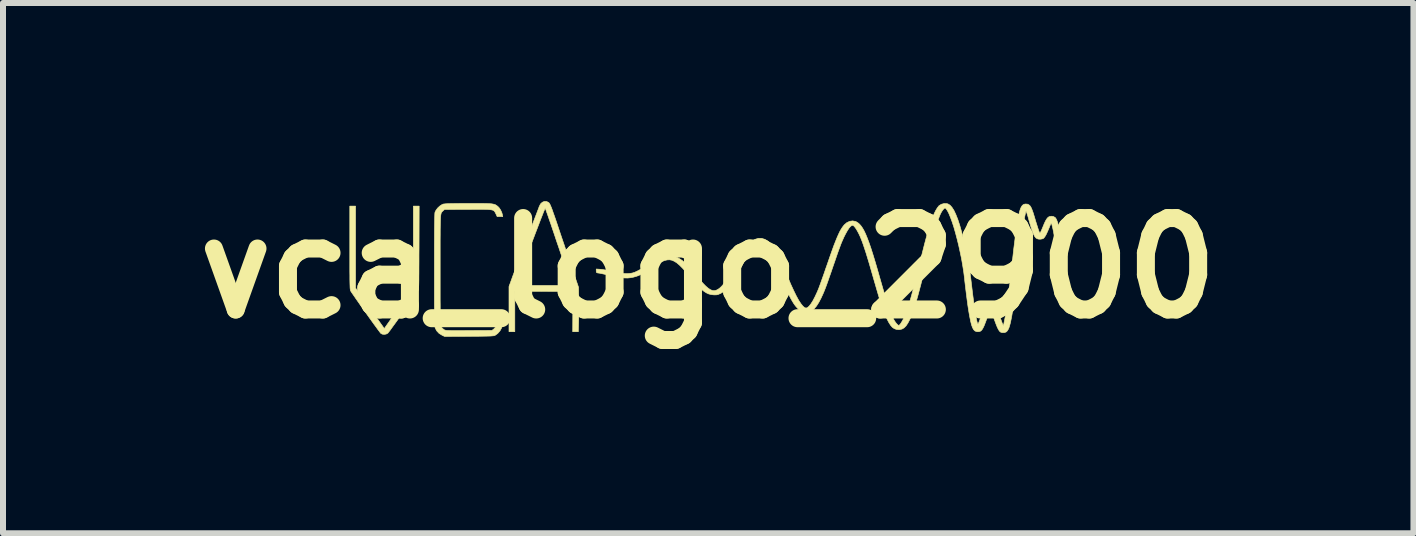
<source format=kicad_pcb>
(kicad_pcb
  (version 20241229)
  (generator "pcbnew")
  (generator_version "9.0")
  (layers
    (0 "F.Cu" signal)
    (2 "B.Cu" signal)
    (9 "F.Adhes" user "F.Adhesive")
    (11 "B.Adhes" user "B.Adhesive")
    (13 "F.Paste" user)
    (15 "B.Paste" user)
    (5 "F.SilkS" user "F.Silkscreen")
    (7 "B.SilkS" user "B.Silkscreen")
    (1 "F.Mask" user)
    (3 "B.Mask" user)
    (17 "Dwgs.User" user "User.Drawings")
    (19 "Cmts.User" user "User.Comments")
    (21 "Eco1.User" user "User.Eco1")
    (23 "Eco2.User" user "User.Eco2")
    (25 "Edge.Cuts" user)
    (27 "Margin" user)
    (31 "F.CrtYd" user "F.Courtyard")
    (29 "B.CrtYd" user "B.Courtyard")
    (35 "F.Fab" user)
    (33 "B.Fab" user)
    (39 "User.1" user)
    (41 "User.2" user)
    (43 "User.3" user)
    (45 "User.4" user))
  (footprint "vca_logo_2900"
    (layer "F.Cu")
    (at 8.752 1.418)
    (property "Reference" "vca_logo_2900" (at 0 0 0) (layer "F.SilkS") (effects (font (size 1.524 1.524) (thickness 0.3))))
    (attr through_hole)
    (fp_poly (pts (xy -2.697 -1.111) (xy -2.663 -1.096) (xy -2.654 -1.088) (xy -2.648 -1.081) (xy -2.642 -1.071) (xy -2.634 -1.056) (xy -2.625 -1.035) (xy -2.613 -1.007) (xy -2.599 -0.97) (xy -2.583 -0.923) (xy -2.562 -0.865) (xy -2.538 -0.795) (xy -2.51 -0.712) (xy -2.477 -0.613) (xy -2.461 -0.565) (xy -2.428 -0.468) (xy -2.395 -0.371) (xy -2.363 -0.275) (xy -2.332 -0.183) (xy -2.303 -0.097) (xy -2.277 -0.019) (xy -2.254 0.047) (xy -2.236 0.101) (xy -2.227 0.127) (xy -2.161 0.32) (xy -2.157 0.504) (xy -2.156 0.575) (xy -2.156 0.657) (xy -2.156 0.742) (xy -2.158 0.822) (xy -2.159 0.874) (xy -2.165 1.06) (xy -2.258 1.06) (xy -2.255 0.39) (xy -2.739 0.387) (xy -3.223 0.385) (xy -3.223 1.06) (xy -3.32 1.06) (xy -3.32 0.308) (xy -3.312 0.285) (xy -3.206 0.285) (xy -3.197 0.286) (xy -3.173 0.287) (xy -3.134 0.287) (xy -3.083 0.288) (xy -3.02 0.288) (xy -2.948 0.289) (xy -2.869 0.289) (xy -2.783 0.289) (xy -2.742 0.289) (xy -2.278 0.289) (xy -2.494 -0.355) (xy -2.529 -0.456) (xy -2.561 -0.553) (xy -2.592 -0.644) (xy -2.62 -0.727) (xy -2.646 -0.801) (xy -2.668 -0.866) (xy -2.687 -0.919) (xy -2.701 -0.959) (xy -2.711 -0.986) (xy -2.715 -0.998) (xy -2.716 -0.998) (xy -2.72 -0.991) (xy -2.73 -0.969) (xy -2.744 -0.935) (xy -2.761 -0.892) (xy -2.781 -0.841) (xy -2.794 -0.808) (xy -2.82 -0.739) (xy -2.849 -0.663) (xy -2.879 -0.585) (xy -2.907 -0.511) (xy -2.931 -0.448) (xy -2.932 -0.447) (xy -2.983 -0.311) (xy -3.03 -0.189) (xy -3.072 -0.079) (xy -3.108 0.017) (xy -3.139 0.099) (xy -3.164 0.166) (xy -3.183 0.219) (xy -3.197 0.257) (xy -3.204 0.279) (xy -3.206 0.285) (xy -3.312 0.285) (xy -3.281 0.2) (xy -3.265 0.155) (xy -3.243 0.095) (xy -3.215 0.021) (xy -3.181 -0.068) (xy -3.142 -0.173) (xy -3.096 -0.292) (xy -3.045 -0.427) (xy -2.987 -0.578) (xy -2.938 -0.705) (xy -2.912 -0.774) (xy -2.887 -0.839) (xy -2.864 -0.898) (xy -2.845 -0.949) (xy -2.829 -0.99) (xy -2.819 -1.019) (xy -2.814 -1.031) (xy -2.794 -1.07) (xy -2.765 -1.097) (xy -2.732 -1.111) (xy -2.697 -1.111)) (stroke (width 0.01) (type solid)) (fill yes) (layer "F.SilkS"))
    (fp_poly (pts (xy -5.877 0.331) (xy -5.804 0.435) (xy -5.777 0.473) (xy -5.742 0.522) (xy -5.703 0.578) (xy -5.662 0.636) (xy -5.621 0.694) (xy -5.607 0.714) (xy -5.569 0.766) (xy -5.533 0.818) (xy -5.499 0.865) (xy -5.47 0.906) (xy -5.448 0.937) (xy -5.44 0.948) (xy -5.398 1.007) (xy -5.316 0.891) (xy -5.289 0.852) (xy -5.253 0.803) (xy -5.212 0.745) (xy -5.168 0.683) (xy -5.123 0.62) (xy -5.082 0.561) (xy -5.043 0.507) (xy -5.007 0.456) (xy -4.976 0.41) (xy -4.951 0.373) (xy -4.933 0.345) (xy -4.923 0.329) (xy -4.922 0.327) (xy -4.92 0.314) (xy -4.919 0.286) (xy -4.918 0.242) (xy -4.917 0.184) (xy -4.916 0.114) (xy -4.915 0.031) (xy -4.914 -0.061) (xy -4.914 -0.163) (xy -4.914 -0.273) (xy -4.914 -0.364) (xy -4.914 -1.034) (xy -4.817 -1.034) (xy -4.819 -0.339) (xy -4.82 -0.213) (xy -4.82 -0.103) (xy -4.821 -0.008) (xy -4.821 0.074) (xy -4.822 0.142) (xy -4.822 0.199) (xy -4.823 0.245) (xy -4.824 0.282) (xy -4.825 0.311) (xy -4.827 0.334) (xy -4.829 0.35) (xy -4.831 0.363) (xy -4.833 0.371) (xy -4.836 0.378) (xy -4.839 0.384) (xy -4.84 0.385) (xy -4.851 0.403) (xy -4.871 0.433) (xy -4.898 0.472) (xy -4.932 0.52) (xy -4.97 0.574) (xy -5.011 0.632) (xy -5.054 0.693) (xy -5.099 0.756) (xy -5.143 0.817) (xy -5.186 0.877) (xy -5.226 0.932) (xy -5.262 0.981) (xy -5.292 1.023) (xy -5.316 1.055) (xy -5.333 1.076) (xy -5.339 1.084) (xy -5.367 1.099) (xy -5.4 1.104) (xy -5.433 1.1) (xy -5.455 1.088) (xy -5.464 1.078) (xy -5.481 1.055) (xy -5.506 1.022) (xy -5.537 0.979) (xy -5.574 0.929) (xy -5.614 0.873) (xy -5.657 0.813) (xy -5.701 0.751) (xy -5.746 0.688) (xy -5.789 0.627) (xy -5.83 0.568) (xy -5.868 0.514) (xy -5.9 0.467) (xy -5.927 0.428) (xy -5.947 0.399) (xy -5.958 0.381) (xy -5.959 0.379) (xy -5.962 0.372) (xy -5.964 0.363) (xy -5.966 0.35) (xy -5.968 0.332) (xy -5.969 0.308) (xy -5.97 0.277) (xy -5.971 0.237) (xy -5.972 0.187) (xy -5.972 0.126) (xy -5.973 0.054) (xy -5.973 -0.032) (xy -5.973 -0.132) (xy -5.973 -0.248) (xy -5.973 -0.341) (xy -5.973 -1.034) (xy -5.877 -1.034) (xy -5.877 0.331)) (stroke (width 0.01) (type solid)) (fill yes) (layer "F.SilkS"))
    (fp_poly (pts (xy -3.894 -1.077) (xy -3.813 -1.077) (xy -3.747 -1.077) (xy -3.693 -1.076) (xy -3.649 -1.074) (xy -3.615 -1.072) (xy -3.589 -1.068) (xy -3.568 -1.063) (xy -3.551 -1.058) (xy -3.537 -1.05) (xy -3.523 -1.041) (xy -3.509 -1.03) (xy -3.508 -1.03) (xy -3.483 -1.004) (xy -3.459 -0.967) (xy -3.44 -0.926) (xy -3.43 -0.891) (xy -3.424 -0.858) (xy -3.47 -0.858) (xy -3.517 -0.858) (xy -3.538 -0.904) (xy -3.547 -0.922) (xy -3.555 -0.936) (xy -3.563 -0.948) (xy -3.575 -0.958) (xy -3.591 -0.966) (xy -3.612 -0.971) (xy -3.641 -0.975) (xy -3.678 -0.978) (xy -3.726 -0.979) (xy -3.786 -0.98) (xy -3.859 -0.98) (xy -3.947 -0.979) (xy -4.009 -0.979) (xy -4.395 -0.977) (xy -4.419 -0.955) (xy -4.426 -0.948) (xy -4.433 -0.942) (xy -4.439 -0.935) (xy -4.444 -0.928) (xy -4.449 -0.918) (xy -4.453 -0.904) (xy -4.456 -0.887) (xy -4.459 -0.864) (xy -4.461 -0.834) (xy -4.463 -0.797) (xy -4.464 -0.752) (xy -4.465 -0.697) (xy -4.466 -0.632) (xy -4.466 -0.556) (xy -4.467 -0.466) (xy -4.467 -0.364) (xy -4.467 -0.247) (xy -4.467 -0.114) (xy -4.467 0.032) (xy -4.467 0.179) (xy -4.467 0.309) (xy -4.467 0.424) (xy -4.467 0.525) (xy -4.466 0.612) (xy -4.466 0.686) (xy -4.466 0.749) (xy -4.465 0.802) (xy -4.464 0.845) (xy -4.463 0.88) (xy -4.462 0.908) (xy -4.461 0.929) (xy -4.459 0.945) (xy -4.458 0.957) (xy -4.456 0.966) (xy -4.453 0.972) (xy -4.451 0.977) (xy -4.449 0.979) (xy -4.429 1.004) (xy -4.404 1.024) (xy -4.403 1.025) (xy -4.396 1.029) (xy -4.388 1.033) (xy -4.377 1.035) (xy -4.361 1.038) (xy -4.34 1.039) (xy -4.312 1.04) (xy -4.274 1.041) (xy -4.225 1.041) (xy -4.164 1.041) (xy -4.089 1.041) (xy -3.998 1.04) (xy -3.99 1.04) (xy -3.604 1.038) (xy -3.576 1.018) (xy -3.549 0.988) (xy -3.532 0.954) (xy -3.517 0.91) (xy -3.429 0.915) (xy -3.432 0.95) (xy -3.444 0.998) (xy -3.47 1.045) (xy -3.507 1.088) (xy -3.55 1.119) (xy -3.558 1.123) (xy -3.569 1.126) (xy -3.583 1.128) (xy -3.604 1.13) (xy -3.631 1.132) (xy -3.668 1.133) (xy -3.715 1.134) (xy -3.774 1.135) (xy -3.847 1.136) (xy -3.935 1.136) (xy -3.985 1.137) (xy -4.392 1.139) (xy -4.436 1.118) (xy -4.486 1.087) (xy -4.524 1.046) (xy -4.545 1.007) (xy -4.548 1.001) (xy -4.55 0.994) (xy -4.553 0.985) (xy -4.555 0.974) (xy -4.556 0.959) (xy -4.558 0.939) (xy -4.559 0.914) (xy -4.56 0.882) (xy -4.561 0.843) (xy -4.561 0.795) (xy -4.562 0.737) (xy -4.562 0.668) (xy -4.563 0.588) (xy -4.563 0.494) (xy -4.563 0.387) (xy -4.563 0.265) (xy -4.563 0.127) (xy -4.563 0.036) (xy -4.563 -0.122) (xy -4.563 -0.263) (xy -4.563 -0.388) (xy -4.562 -0.499) (xy -4.562 -0.594) (xy -4.561 -0.676) (xy -4.56 -0.745) (xy -4.559 -0.802) (xy -4.558 -0.848) (xy -4.557 -0.883) (xy -4.556 -0.909) (xy -4.554 -0.925) (xy -4.553 -0.932) (xy -4.536 -0.965) (xy -4.509 -1.001) (xy -4.475 -1.033) (xy -4.439 -1.057) (xy -4.418 -1.067) (xy -4.402 -1.069) (xy -4.375 -1.072) (xy -4.336 -1.074) (xy -4.284 -1.075) (xy -4.218 -1.076) (xy -4.137 -1.077) (xy -4.039 -1.077) (xy -3.99 -1.077) (xy -3.894 -1.077)) (stroke (width 0.01) (type solid)) (fill yes) (layer "F.SilkS"))
    (fp_poly (pts (xy 3.976 -1.075) (xy 3.996 -1.069) (xy 4.029 -1.049) (xy 4.061 -1.014) (xy 4.094 -0.963) (xy 4.126 -0.895) (xy 4.159 -0.812) (xy 4.192 -0.711) (xy 4.225 -0.594) (xy 4.242 -0.53) (xy 4.268 -0.428) (xy 4.289 -0.339) (xy 4.307 -0.259) (xy 4.323 -0.185) (xy 4.336 -0.113) (xy 4.348 -0.04) (xy 4.359 0.039) (xy 4.37 0.128) (xy 4.38 0.21) (xy 4.395 0.336) (xy 4.409 0.452) (xy 4.423 0.557) (xy 4.437 0.652) (xy 4.449 0.735) (xy 4.461 0.804) (xy 4.472 0.86) (xy 4.481 0.9) (xy 4.489 0.925) (xy 4.493 0.931) (xy 4.498 0.926) (xy 4.508 0.908) (xy 4.519 0.88) (xy 4.528 0.857) (xy 4.552 0.79) (xy 4.571 0.738) (xy 4.587 0.698) (xy 4.6 0.668) (xy 4.611 0.647) (xy 4.622 0.631) (xy 4.634 0.618) (xy 4.638 0.614) (xy 4.674 0.592) (xy 4.711 0.586) (xy 4.747 0.598) (xy 4.78 0.625) (xy 4.798 0.65) (xy 4.807 0.669) (xy 4.82 0.7) (xy 4.836 0.74) (xy 4.852 0.786) (xy 4.861 0.81) (xy 4.881 0.867) (xy 4.897 0.911) (xy 4.91 0.941) (xy 4.918 0.956) (xy 4.922 0.955) (xy 4.922 0.952) (xy 4.924 0.941) (xy 4.928 0.917) (xy 4.935 0.883) (xy 4.943 0.842) (xy 4.944 0.838) (xy 4.952 0.795) (xy 4.961 0.748) (xy 4.969 0.694) (xy 4.978 0.633) (xy 4.988 0.564) (xy 4.998 0.484) (xy 5.009 0.393) (xy 5.022 0.289) (xy 5.036 0.171) (xy 5.051 0.038) (xy 5.058 -0.026) (xy 5.076 -0.184) (xy 5.092 -0.326) (xy 5.108 -0.451) (xy 5.122 -0.562) (xy 5.135 -0.659) (xy 5.148 -0.744) (xy 5.16 -0.816) (xy 5.172 -0.876) (xy 5.184 -0.927) (xy 5.196 -0.968) (xy 5.208 -1.001) (xy 5.221 -1.026) (xy 5.234 -1.044) (xy 5.249 -1.057) (xy 5.265 -1.064) (xy 5.282 -1.068) (xy 5.294 -1.068) (xy 5.32 -1.066) (xy 5.342 -1.056) (xy 5.362 -1.039) (xy 5.38 -1.011) (xy 5.397 -0.972) (xy 5.416 -0.919) (xy 5.435 -0.857) (xy 5.456 -0.785) (xy 5.476 -0.722) (xy 5.493 -0.668) (xy 5.507 -0.626) (xy 5.518 -0.597) (xy 5.526 -0.583) (xy 5.526 -0.583) (xy 5.532 -0.589) (xy 5.543 -0.608) (xy 5.557 -0.638) (xy 5.572 -0.675) (xy 5.575 -0.681) (xy 5.599 -0.74) (xy 5.62 -0.785) (xy 5.639 -0.817) (xy 5.656 -0.839) (xy 5.674 -0.853) (xy 5.683 -0.858) (xy 5.719 -0.865) (xy 5.755 -0.859) (xy 5.784 -0.841) (xy 5.789 -0.835) (xy 5.801 -0.815) (xy 5.814 -0.784) (xy 5.825 -0.754) (xy 5.837 -0.708) (xy 5.85 -0.648) (xy 5.864 -0.577) (xy 5.877 -0.499) (xy 5.89 -0.416) (xy 5.902 -0.332) (xy 5.912 -0.25) (xy 5.921 -0.175) (xy 5.927 -0.108) (xy 5.929 -0.053) (xy 5.93 -0.038) (xy 5.93 0.044) (xy 5.886 0.044) (xy 5.861 0.042) (xy 5.845 0.039) (xy 5.842 0.036) (xy 5.841 0.022) (xy 5.838 -0.007) (xy 5.833 -0.049) (xy 5.826 -0.1) (xy 5.819 -0.158) (xy 5.81 -0.22) (xy 5.802 -0.284) (xy 5.793 -0.347) (xy 5.785 -0.407) (xy 5.777 -0.461) (xy 5.771 -0.506) (xy 5.766 -0.54) (xy 5.763 -0.552) (xy 5.754 -0.604) (xy 5.744 -0.653) (xy 5.734 -0.695) (xy 5.726 -0.727) (xy 5.719 -0.746) (xy 5.717 -0.75) (xy 5.712 -0.744) (xy 5.703 -0.725) (xy 5.691 -0.697) (xy 5.685 -0.681) (xy 5.656 -0.613) (xy 5.631 -0.559) (xy 5.608 -0.52) (xy 5.589 -0.498) (xy 5.586 -0.495) (xy 5.565 -0.487) (xy 5.535 -0.482) (xy 5.526 -0.482) (xy 5.501 -0.484) (xy 5.479 -0.491) (xy 5.459 -0.505) (xy 5.441 -0.527) (xy 5.424 -0.559) (xy 5.406 -0.602) (xy 5.386 -0.659) (xy 5.365 -0.729) (xy 5.347 -0.79) (xy 5.331 -0.849) (xy 5.318 -0.893) (xy 5.308 -0.922) (xy 5.301 -0.939) (xy 5.296 -0.945) (xy 5.295 -0.945) (xy 5.291 -0.934) (xy 5.285 -0.908) (xy 5.277 -0.87) (xy 5.268 -0.823) (xy 5.259 -0.769) (xy 5.249 -0.711) (xy 5.24 -0.652) (xy 5.234 -0.613) (xy 5.229 -0.574) (xy 5.222 -0.52) (xy 5.213 -0.453) (xy 5.204 -0.376) (xy 5.194 -0.291) (xy 5.183 -0.2) (xy 5.172 -0.106) (xy 5.161 -0.011) (xy 5.159 0.013) (xy 5.141 0.17) (xy 5.124 0.311) (xy 5.109 0.436) (xy 5.095 0.547) (xy 5.082 0.644) (xy 5.07 0.728) (xy 5.058 0.8) (xy 5.046 0.861) (xy 5.035 0.913) (xy 5.024 0.955) (xy 5.013 0.99) (xy 5.001 1.017) (xy 4.989 1.038) (xy 4.977 1.053) (xy 4.964 1.064) (xy 4.935 1.075) (xy 4.901 1.075) (xy 4.873 1.067) (xy 4.856 1.053) (xy 4.838 1.027) (xy 4.818 0.988) (xy 4.796 0.933) (xy 4.77 0.863) (xy 4.765 0.848) (xy 4.747 0.794) (xy 4.733 0.754) (xy 4.723 0.726) (xy 4.716 0.708) (xy 4.711 0.698) (xy 4.708 0.693) (xy 4.705 0.692) (xy 4.703 0.692) (xy 4.7 0.692) (xy 4.697 0.695) (xy 4.693 0.702) (xy 4.687 0.716) (xy 4.679 0.739) (xy 4.666 0.774) (xy 4.649 0.822) (xy 4.643 0.841) (xy 4.618 0.908) (xy 4.598 0.96) (xy 4.579 0.999) (xy 4.562 1.027) (xy 4.545 1.045) (xy 4.527 1.055) (xy 4.506 1.059) (xy 4.492 1.06) (xy 4.465 1.056) (xy 4.442 1.045) (xy 4.422 1.024) (xy 4.404 0.991) (xy 4.388 0.946) (xy 4.373 0.887) (xy 4.358 0.813) (xy 4.343 0.728) (xy 4.327 0.626) (xy 4.311 0.507) (xy 4.294 0.372) (xy 4.276 0.221) (xy 4.27 0.162) (xy 4.257 0.06) (xy 4.24 -0.047) (xy 4.221 -0.157) (xy 4.198 -0.267) (xy 4.174 -0.377) (xy 4.148 -0.483) (xy 4.121 -0.585) (xy 4.094 -0.68) (xy 4.066 -0.766) (xy 4.038 -0.842) (xy 4.012 -0.906) (xy 3.987 -0.955) (xy 3.971 -0.979) (xy 3.956 -0.997) (xy 3.947 -1.003) (xy 3.937 -0.998) (xy 3.931 -0.992) (xy 3.914 -0.975) (xy 3.898 -0.953) (xy 3.881 -0.925) (xy 3.864 -0.89) (xy 3.847 -0.847) (xy 3.828 -0.795) (xy 3.807 -0.734) (xy 3.785 -0.662) (xy 3.761 -0.578) (xy 3.735 -0.482) (xy 3.706 -0.372) (xy 3.674 -0.248) (xy 3.638 -0.108) (xy 3.609 0.009) (xy 3.575 0.145) (xy 3.545 0.266) (xy 3.517 0.372) (xy 3.492 0.465) (xy 3.469 0.546) (xy 3.448 0.617) (xy 3.428 0.679) (xy 3.41 0.733) (xy 3.392 0.781) (xy 3.374 0.823) (xy 3.361 0.852) (xy 3.328 0.915) (xy 3.297 0.962) (xy 3.264 0.995) (xy 3.23 1.015) (xy 3.191 1.024) (xy 3.175 1.025) (xy 3.135 1.021) (xy 3.1 1.008) (xy 3.068 0.986) (xy 3.038 0.951) (xy 3.007 0.902) (xy 2.978 0.845) (xy 2.96 0.807) (xy 2.943 0.767) (xy 2.925 0.721) (xy 2.906 0.669) (xy 2.886 0.61) (xy 2.864 0.541) (xy 2.839 0.461) (xy 2.812 0.369) (xy 2.781 0.262) (xy 2.753 0.166) (xy 2.717 0.04) (xy 2.685 -0.071) (xy 2.656 -0.167) (xy 2.63 -0.252) (xy 2.606 -0.325) (xy 2.585 -0.388) (xy 2.565 -0.444) (xy 2.546 -0.492) (xy 2.532 -0.526) (xy 2.507 -0.579) (xy 2.481 -0.627) (xy 2.456 -0.667) (xy 2.433 -0.696) (xy 2.415 -0.711) (xy 2.396 -0.712) (xy 2.372 -0.696) (xy 2.345 -0.665) (xy 2.315 -0.618) (xy 2.282 -0.558) (xy 2.277 -0.547) (xy 2.261 -0.516) (xy 2.248 -0.486) (xy 2.235 -0.458) (xy 2.222 -0.427) (xy 2.208 -0.393) (xy 2.194 -0.354) (xy 2.177 -0.308) (xy 2.157 -0.253) (xy 2.134 -0.186) (xy 2.107 -0.107) (xy 2.076 -0.018) (xy 2.044 0.076) (xy 2.016 0.155) (xy 1.993 0.222) (xy 1.973 0.278) (xy 1.955 0.326) (xy 1.939 0.367) (xy 1.924 0.404) (xy 1.909 0.438) (xy 1.893 0.472) (xy 1.883 0.495) (xy 1.843 0.571) (xy 1.805 0.631) (xy 1.767 0.676) (xy 1.727 0.707) (xy 1.685 0.726) (xy 1.642 0.734) (xy 1.596 0.733) (xy 1.556 0.721) (xy 1.518 0.697) (xy 1.48 0.66) (xy 1.453 0.629) (xy 1.427 0.593) (xy 1.4 0.549) (xy 1.371 0.498) (xy 1.34 0.436) (xy 1.306 0.362) (xy 1.268 0.275) (xy 1.225 0.174) (xy 1.222 0.166) (xy 1.185 0.08) (xy 1.148 -0.005) (xy 1.111 -0.084) (xy 1.076 -0.157) (xy 1.044 -0.22) (xy 1.016 -0.272) (xy 0.993 -0.31) (xy 0.991 -0.313) (xy 0.963 -0.35) (xy 0.933 -0.383) (xy 0.904 -0.409) (xy 0.879 -0.425) (xy 0.864 -0.429) (xy 0.838 -0.422) (xy 0.807 -0.402) (xy 0.773 -0.372) (xy 0.755 -0.352) (xy 0.729 -0.32) (xy 0.702 -0.281) (xy 0.672 -0.235) (xy 0.638 -0.178) (xy 0.598 -0.11) (xy 0.556 -0.035) (xy 0.499 0.066) (xy 0.447 0.152) (xy 0.4 0.224) (xy 0.357 0.284) (xy 0.317 0.333) (xy 0.278 0.371) (xy 0.241 0.401) (xy 0.204 0.423) (xy 0.196 0.426) (xy 0.166 0.439) (xy 0.14 0.445) (xy 0.11 0.446) (xy 0.084 0.445) (xy 0.045 0.44) (xy 0.007 0.43) (xy -0.03 0.413) (xy -0.068 0.389) (xy -0.109 0.356) (xy -0.153 0.314) (xy -0.204 0.259) (xy -0.262 0.193) (xy -0.303 0.144) (xy -0.369 0.066) (xy -0.427 0.002) (xy -0.478 -0.049) (xy -0.524 -0.088) (xy -0.567 -0.115) (xy -0.607 -0.132) (xy -0.645 -0.139) (xy -0.684 -0.137) (xy -0.725 -0.127) (xy -0.74 -0.122) (xy -0.763 -0.111) (xy -0.797 -0.093) (xy -0.839 -0.068) (xy -0.885 -0.039) (xy -0.933 -0.009) (xy -0.997 0.033) (xy -1.05 0.066) (xy -1.094 0.092) (xy -1.133 0.111) (xy -1.169 0.127) (xy -1.205 0.139) (xy -1.244 0.15) (xy -1.247 0.151) (xy -1.294 0.16) (xy -1.342 0.165) (xy -1.396 0.164) (xy -1.456 0.158) (xy -1.527 0.146) (xy -1.61 0.128) (xy -1.629 0.124) (xy -1.682 0.112) (xy -1.732 0.101) (xy -1.775 0.092) (xy -1.808 0.085) (xy -1.824 0.083) (xy -1.849 0.079) (xy -1.861 0.073) (xy -1.865 0.061) (xy -1.866 0.046) (xy -1.866 0.015) (xy -1.793 0.02) (xy -1.758 0.024) (xy -1.711 0.032) (xy -1.658 0.043) (xy -1.605 0.055) (xy -1.594 0.058) (xy -1.538 0.072) (xy -1.492 0.081) (xy -1.453 0.087) (xy -1.415 0.09) (xy -1.375 0.091) (xy -1.334 0.091) (xy -1.297 0.088) (xy -1.262 0.081) (xy -1.227 0.07) (xy -1.189 0.053) (xy -1.145 0.03) (xy -1.094 -0.001) (xy -1.033 -0.041) (xy -0.992 -0.068) (xy -0.931 -0.108) (xy -0.881 -0.139) (xy -0.838 -0.162) (xy -0.801 -0.18) (xy -0.765 -0.192) (xy -0.747 -0.197) (xy -0.68 -0.209) (xy -0.616 -0.206) (xy -0.559 -0.193) (xy -0.516 -0.177) (xy -0.474 -0.154) (xy -0.431 -0.125) (xy -0.386 -0.087) (xy -0.337 -0.039) (xy -0.283 0.021) (xy -0.221 0.095) (xy -0.205 0.114) (xy -0.143 0.189) (xy -0.089 0.251) (xy -0.042 0.299) (xy -0.000309 0.335) (xy 0.036 0.359) (xy 0.069 0.373) (xy 0.1 0.376) (xy 0.13 0.37) (xy 0.16 0.355) (xy 0.167 0.351) (xy 0.196 0.329) (xy 0.224 0.302) (xy 0.254 0.267) (xy 0.287 0.223) (xy 0.323 0.168) (xy 0.364 0.102) (xy 0.41 0.022) (xy 0.441 -0.033) (xy 0.489 -0.117) (xy 0.529 -0.187) (xy 0.564 -0.245) (xy 0.595 -0.293) (xy 0.622 -0.333) (xy 0.646 -0.365) (xy 0.67 -0.393) (xy 0.672 -0.395) (xy 0.727 -0.446) (xy 0.782 -0.48) (xy 0.837 -0.497) (xy 0.892 -0.496) (xy 0.947 -0.478) (xy 0.992 -0.451) (xy 1.022 -0.424) (xy 1.055 -0.387) (xy 1.088 -0.34) (xy 1.124 -0.281) (xy 1.163 -0.21) (xy 1.204 -0.125) (xy 1.25 -0.025) (xy 1.3 0.09) (xy 1.323 0.145) (xy 1.375 0.268) (xy 1.424 0.374) (xy 1.468 0.464) (xy 1.508 0.537) (xy 1.545 0.593) (xy 1.577 0.633) (xy 1.606 0.658) (xy 1.631 0.666) (xy 1.631 0.666) (xy 1.655 0.657) (xy 1.682 0.633) (xy 1.712 0.595) (xy 1.745 0.543) (xy 1.779 0.478) (xy 1.814 0.403) (xy 1.839 0.344) (xy 1.85 0.314) (xy 1.866 0.271) (xy 1.885 0.217) (xy 1.908 0.153) (xy 1.933 0.083) (xy 1.958 0.009) (xy 1.984 -0.064) (xy 2.025 -0.183) (xy 2.061 -0.285) (xy 2.093 -0.374) (xy 2.123 -0.45) (xy 2.149 -0.514) (xy 2.173 -0.568) (xy 2.195 -0.614) (xy 2.217 -0.652) (xy 2.238 -0.684) (xy 2.259 -0.711) (xy 2.267 -0.721) (xy 2.31 -0.758) (xy 2.358 -0.78) (xy 2.406 -0.787) (xy 2.454 -0.778) (xy 2.469 -0.771) (xy 2.495 -0.755) (xy 2.521 -0.733) (xy 2.547 -0.703) (xy 2.572 -0.667) (xy 2.598 -0.621) (xy 2.624 -0.566) (xy 2.651 -0.5) (xy 2.68 -0.423) (xy 2.711 -0.333) (xy 2.744 -0.23) (xy 2.78 -0.112) (xy 2.819 0.021) (xy 2.85 0.13) (xy 2.872 0.207) (xy 2.894 0.283) (xy 2.915 0.356) (xy 2.935 0.422) (xy 2.951 0.479) (xy 2.965 0.524) (xy 2.975 0.555) (xy 2.993 0.609) (xy 3.014 0.667) (xy 3.036 0.725) (xy 3.058 0.78) (xy 3.078 0.826) (xy 3.095 0.862) (xy 3.103 0.876) (xy 3.123 0.906) (xy 3.144 0.931) (xy 3.163 0.949) (xy 3.176 0.955) (xy 3.188 0.947) (xy 3.206 0.926) (xy 3.226 0.894) (xy 3.248 0.855) (xy 3.27 0.81) (xy 3.29 0.764) (xy 3.293 0.755) (xy 3.309 0.714) (xy 3.324 0.67) (xy 3.34 0.621) (xy 3.357 0.567) (xy 3.374 0.505) (xy 3.394 0.434) (xy 3.415 0.353) (xy 3.44 0.26) (xy 3.466 0.154) (xy 3.497 0.033) (xy 3.516 -0.048) (xy 3.549 -0.181) (xy 3.579 -0.299) (xy 3.605 -0.402) (xy 3.629 -0.492) (xy 3.65 -0.57) (xy 3.669 -0.638) (xy 3.687 -0.697) (xy 3.703 -0.748) (xy 3.718 -0.793) (xy 3.733 -0.832) (xy 3.736 -0.841) (xy 3.763 -0.903) (xy 3.79 -0.958) (xy 3.817 -1.003) (xy 3.841 -1.034) (xy 3.846 -1.04) (xy 3.885 -1.064) (xy 3.93 -1.076) (xy 3.976 -1.075)) (stroke (width 0.01) (type solid)) (fill yes) (layer "F.SilkS")))
  (gr_rect
    (start -3 -3)
    (end 20.504 5.836)
    (stroke (width 0.1) (type default))
    (fill no)
    (layer "Edge.Cuts")))
</source>
